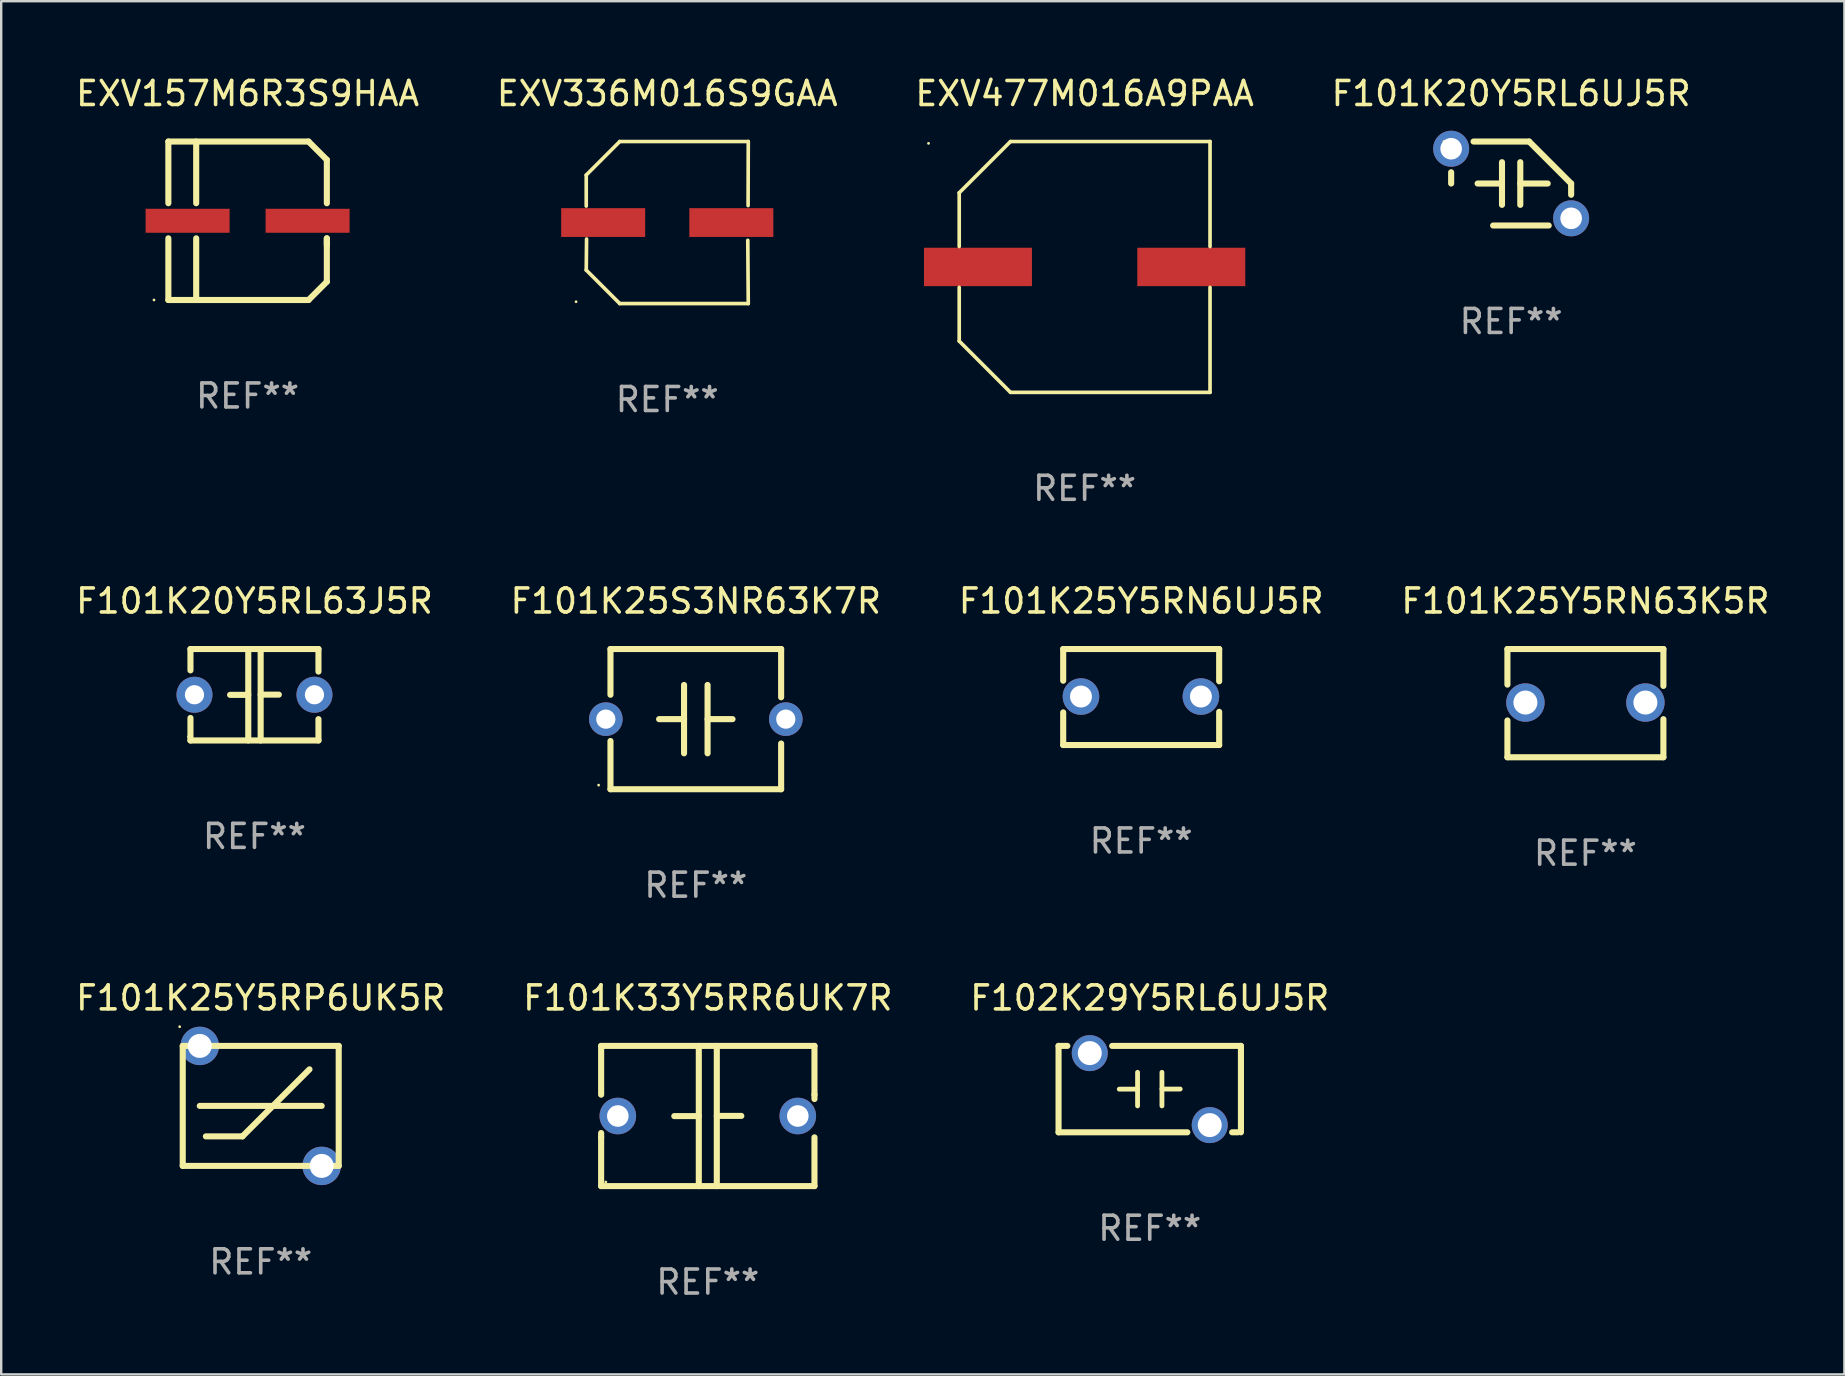
<source format=kicad_pcb>
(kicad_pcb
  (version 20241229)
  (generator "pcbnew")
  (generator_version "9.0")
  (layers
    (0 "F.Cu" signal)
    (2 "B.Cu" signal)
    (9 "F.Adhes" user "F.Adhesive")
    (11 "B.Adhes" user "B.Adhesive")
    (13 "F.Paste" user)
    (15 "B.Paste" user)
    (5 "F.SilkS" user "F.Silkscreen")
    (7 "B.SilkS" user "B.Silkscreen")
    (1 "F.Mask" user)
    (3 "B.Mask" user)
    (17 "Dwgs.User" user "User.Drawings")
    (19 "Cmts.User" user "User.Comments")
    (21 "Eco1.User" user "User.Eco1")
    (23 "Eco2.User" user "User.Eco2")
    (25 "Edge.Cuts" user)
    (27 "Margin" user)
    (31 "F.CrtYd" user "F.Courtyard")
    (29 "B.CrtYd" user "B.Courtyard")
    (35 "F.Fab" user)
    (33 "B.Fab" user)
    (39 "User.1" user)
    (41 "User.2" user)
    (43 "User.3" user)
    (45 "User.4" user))
  (footprint "EXV336M016S9GAA"
    (layer "F.Cu")
    (at 24.756 6.224)
    (property "Reference" "EXV336M016S9GAA" (at 0 -5.376 0) (layer "F.SilkS") (effects (font (size 1 1) (thickness 0.15))))
    (attr through_hole)
    (fp_line (start -3.376 -1.98) (end -3.376 -0.686) (stroke (width 0.152) (type solid)) (layer "F.SilkS"))
    (fp_line (start -3.376 1.981) (end -3.362 0.686) (stroke (width 0.152) (type solid)) (layer "F.SilkS"))
    (fp_line (start -1.981 3.376) (end -3.376 1.981) (stroke (width 0.152) (type solid)) (layer "F.SilkS"))
    (fp_line (start -1.98 -3.376) (end -3.376 -1.98) (stroke (width 0.152) (type solid)) (layer "F.SilkS"))
    (fp_line (start 3.356 0.74) (end 3.376 3.376) (stroke (width 0.152) (type solid)) (layer "F.SilkS"))
    (fp_line (start 3.369 -0.707) (end 3.376 -3.376) (stroke (width 0.152) (type solid)) (layer "F.SilkS"))
    (fp_line (start 3.376 3.376) (end -1.981 3.376) (stroke (width 0.152) (type solid)) (layer "F.SilkS"))
    (fp_line (start 3.376 -3.376) (end -1.98 -3.376) (stroke (width 0.152) (type solid)) (layer "F.SilkS"))
    (fp_circle (center -3.8 3.3) (end -3.77 3.3) (stroke (width 0.06) (type solid)) (fill no) (layer "F.SilkS"))
    (fp_text user "REF**" (at 0 7.376 0) (layer "F.Fab") (effects (font (size 1 1) (thickness 0.15))))
    (pad "1" smd rect (at -2.67 0.000203) (size 3.5 1.2) (layers "F.Cu" "F.Mask" "F.Paste"))
    (pad "2" smd rect (at 2.67 0.000203) (size 3.5 1.2) (layers "F.Cu" "F.Mask" "F.Paste")))
  (footprint "F101K25Y5RN63K5R"
    (layer "F.Cu")
    (at 63.018 26.252)
    (property "Reference" "F101K25Y5RN63K5R" (at 0 -4.255 0) (layer "F.SilkS") (effects (font (size 1 1) (thickness 0.15))))
    (attr through_hole)
    (fp_line (start -3.25 -2.255) (end -3.25 -0.772) (stroke (width 0.254) (type solid)) (layer "F.SilkS"))
    (fp_line (start -3.25 -2.255) (end 3.25 -2.255) (stroke (width 0.254) (type solid)) (layer "F.SilkS"))
    (fp_line (start -3.25 0.722) (end -3.25 2.255) (stroke (width 0.254) (type solid)) (layer "F.SilkS"))
    (fp_line (start 3.25 -2.255) (end 3.25 -0.718) (stroke (width 0.254) (type solid)) (layer "F.SilkS"))
    (fp_line (start 3.25 0.668) (end 3.25 2.255) (stroke (width 0.254) (type solid)) (layer "F.SilkS"))
    (fp_line (start 3.25 2.255) (end -3.25 2.255) (stroke (width 0.254) (type solid)) (layer "F.SilkS"))
    (fp_circle (center -3.25 2.225) (end -3.22 2.225) (stroke (width 0.06) (type solid)) (fill no) (layer "F.SilkS"))
    (fp_text user "REF**" (at 0 6.255 0) (layer "F.Fab") (effects (font (size 1 1) (thickness 0.15))))
    (pad "1" thru_hole circle (at -2.5 -0.025) (size 1.6 1.6) (drill 1) (layers "*.Cu" "*.Mask"))
    (pad "2" thru_hole circle (at 2.5 -0.025) (size 1.6 1.6) (drill 1) (layers "*.Cu" "*.Mask")))
  (footprint "EXV157M6R3S9HAA"
    (layer "F.Cu")
    (at 7.268 6.15)
    (property "Reference" "EXV157M6R3S9HAA" (at 0 -5.302 0) (layer "F.SilkS") (effects (font (size 1 1) (thickness 0.15))))
    (attr through_hole)
    (fp_line (start -3.302 -3.302) (end 2.54 -3.302) (stroke (width 0.254) (type solid)) (layer "F.SilkS"))
    (fp_line (start -3.302 -0.731) (end -3.302 -3.302) (stroke (width 0.254) (type solid)) (layer "F.SilkS"))
    (fp_line (start -3.302 3.302) (end -3.302 0.731) (stroke (width 0.254) (type solid)) (layer "F.SilkS"))
    (fp_line (start -2.142 -3.302) (end -2.142 -0.731) (stroke (width 0.254) (type solid)) (layer "F.SilkS"))
    (fp_line (start -2.142 0.731) (end -2.142 3.302) (stroke (width 0.254) (type solid)) (layer "F.SilkS"))
    (fp_line (start 2.54 -3.302) (end 3.302 -2.54) (stroke (width 0.254) (type solid)) (layer "F.SilkS"))
    (fp_line (start 2.54 3.302) (end -3.302 3.302) (stroke (width 0.254) (type solid)) (layer "F.SilkS"))
    (fp_line (start 3.302 -2.54) (end 3.302 -0.731) (stroke (width 0.254) (type solid)) (layer "F.SilkS"))
    (fp_line (start 3.302 0.731) (end 3.302 1.016) (stroke (width 0.254) (type solid)) (layer "F.SilkS"))
    (fp_line (start 3.302 0.731) (end 3.302 2.54) (stroke (width 0.254) (type solid)) (layer "F.SilkS"))
    (fp_line (start 3.302 2.54) (end 2.54 3.302) (stroke (width 0.254) (type solid)) (layer "F.SilkS"))
    (fp_circle (center -3.901 3.3) (end -3.871 3.3) (stroke (width 0.06) (type solid)) (fill no) (layer "F.SilkS"))
    (fp_text user "REF**" (at 0 7.302 0) (layer "F.Fab") (effects (font (size 1 1) (thickness 0.15))))
    (pad "1" smd rect (at -2.5 0) (size 3.5 1) (layers "F.Cu" "F.Mask" "F.Paste"))
    (pad "2" smd rect (at 2.5 0) (size 3.5 1) (layers "F.Cu" "F.Mask" "F.Paste")))
  (footprint "F101K20Y5RL63J5R"
    (layer "F.Cu")
    (at 7.554 25.902)
    (property "Reference" "F101K20Y5RL63J5R" (at 0 -3.905 0) (layer "F.SilkS") (effects (font (size 1 1) (thickness 0.15))))
    (attr through_hole)
    (fp_line (start -2.667 -1.905) (end -2.667 -1.016) (stroke (width 0.254) (type solid)) (layer "F.SilkS"))
    (fp_line (start -2.667 0.967) (end -2.667 1.905) (stroke (width 0.254) (type solid)) (layer "F.SilkS"))
    (fp_line (start -2.667 1.905) (end 2.667 1.905) (stroke (width 0.254) (type solid)) (layer "F.SilkS"))
    (fp_line (start -0.258 0.005) (end -1.016 0.005) (stroke (width 0.254) (type solid)) (layer "F.SilkS"))
    (fp_line (start -0.258 1.905) (end -0.258 -1.905) (stroke (width 0.254) (type solid)) (layer "F.SilkS"))
    (fp_line (start 0.258 -1.905) (end 0.258 1.905) (stroke (width 0.254) (type solid)) (layer "F.SilkS"))
    (fp_line (start 0.258 -0.005) (end 1.016 -0.005) (stroke (width 0.254) (type solid)) (layer "F.SilkS"))
    (fp_line (start 2.667 -1.905) (end -2.667 -1.905) (stroke (width 0.254) (type solid)) (layer "F.SilkS"))
    (fp_line (start 2.667 -0.967) (end 2.667 -1.905) (stroke (width 0.254) (type solid)) (layer "F.SilkS"))
    (fp_line (start 2.667 1.905) (end 2.667 1.016) (stroke (width 0.254) (type solid)) (layer "F.SilkS"))
    (fp_circle (center -2.75 1.75) (end -2.72 1.75) (stroke (width 0.06) (type solid)) (fill no) (layer "F.SilkS"))
    (fp_text user "REF**" (at 0 5.905 0) (layer "F.Fab") (effects (font (size 1 1) (thickness 0.15))))
    (pad "1" thru_hole circle (at -2.5 0) (size 1.5 1.5) (drill 0.8) (layers "*.Cu" "*.Mask"))
    (pad "2" thru_hole circle (at 2.5 0) (size 1.5 1.5) (drill 0.8) (layers "*.Cu" "*.Mask")))
  (footprint "F101K25S3NR63K7R"
    (layer "F.Cu")
    (at 25.946 26.918)
    (property "Reference" "F101K25S3NR63K7R" (at 0 -4.921 0) (layer "F.SilkS") (effects (font (size 1 1) (thickness 0.15))))
    (attr through_hole)
    (fp_line (start -3.556 -2.921) (end 3.556 -2.921) (stroke (width 0.254) (type solid)) (layer "F.SilkS"))
    (fp_line (start -3.556 -1.016) (end -3.556 -2.921) (stroke (width 0.254) (type solid)) (layer "F.SilkS"))
    (fp_line (start -3.556 2.921) (end -3.556 0.911) (stroke (width 0.254) (type solid)) (layer "F.SilkS"))
    (fp_line (start -0.49 -0.000025) (end -1.53 -0.000025) (stroke (width 0.254) (type solid)) (layer "F.SilkS"))
    (fp_line (start -0.49 1.425) (end -0.49 -1.425) (stroke (width 0.254) (type solid)) (layer "F.SilkS"))
    (fp_line (start 0.49 -1.425) (end 0.49 1.425) (stroke (width 0.254) (type solid)) (layer "F.SilkS"))
    (fp_line (start 0.49 -0.000051) (end 1.53 -0.000051) (stroke (width 0.254) (type solid)) (layer "F.SilkS"))
    (fp_line (start 3.556 -2.921) (end 3.556 -0.911) (stroke (width 0.254) (type solid)) (layer "F.SilkS"))
    (fp_line (start 3.556 1.016) (end 3.556 2.921) (stroke (width 0.254) (type solid)) (layer "F.SilkS"))
    (fp_line (start 3.556 2.921) (end -3.556 2.921) (stroke (width 0.254) (type solid)) (layer "F.SilkS"))
    (fp_circle (center -4.05 2.75) (end -4.02 2.75) (stroke (width 0.06) (type solid)) (fill no) (layer "F.SilkS"))
    (fp_text user "REF**" (at 0 6.921 0) (layer "F.Fab") (effects (font (size 1 1) (thickness 0.15))))
    (pad "1" thru_hole circle (at -3.75 0) (size 1.4 1.4) (drill 0.8) (layers "*.Cu" "*.Mask"))
    (pad "2" thru_hole circle (at 3.75 0) (size 1.4 1.4) (drill 0.8) (layers "*.Cu" "*.Mask")))
  (footprint "F101K25Y5RN6UJ5R"
    (layer "F.Cu")
    (at 44.506 25.997)
    (property "Reference" "F101K25Y5RN6UJ5R" (at 0 -4 0) (layer "F.SilkS") (effects (font (size 1 1) (thickness 0.15))))
    (attr through_hole)
    (fp_line (start -3.25 -2) (end -3.25 -0.68) (stroke (width 0.254) (type solid)) (layer "F.SilkS"))
    (fp_line (start -3.25 -2) (end 3.25 -2) (stroke (width 0.254) (type solid)) (layer "F.SilkS"))
    (fp_line (start -3.25 0.64) (end -3.25 2) (stroke (width 0.254) (type solid)) (layer "F.SilkS"))
    (fp_line (start 3.25 -2) (end 3.25 -0.657) (stroke (width 0.254) (type solid)) (layer "F.SilkS"))
    (fp_line (start 3.25 0.617) (end 3.25 2) (stroke (width 0.254) (type solid)) (layer "F.SilkS"))
    (fp_line (start 3.25 2) (end -3.25 2) (stroke (width 0.254) (type solid)) (layer "F.SilkS"))
    (fp_circle (center -3.26 1.98) (end -3.23 1.98) (stroke (width 0.06) (type solid)) (fill no) (layer "F.SilkS"))
    (fp_text user "REF**" (at 0 6 0) (layer "F.Fab") (effects (font (size 1 1) (thickness 0.15))))
    (pad "1" thru_hole circle (at -2.509 -0.02) (size 1.524 1.524) (drill 0.914) (layers "*.Cu" "*.Mask"))
    (pad "2" thru_hole circle (at 2.489 -0.02) (size 1.524 1.524) (drill 0.914) (layers "*.Cu" "*.Mask")))
  (footprint "F101K25Y5RP6UK5R"
    (layer "F.Cu")
    (at 7.815 43.036)
    (property "Reference" "F101K25Y5RP6UK5R" (at 0 -4.5 0) (layer "F.SilkS") (effects (font (size 1 1) (thickness 0.15))))
    (attr through_hole)
    (fp_line (start -3.25 -2.5) (end 3.25 -2.5) (stroke (width 0.254) (type solid)) (layer "F.SilkS"))
    (fp_line (start -3.25 2.5) (end -3.25 -2.5) (stroke (width 0.254) (type solid)) (layer "F.SilkS"))
    (fp_line (start -2.54 -0.000127) (end 2.54 -0.000127) (stroke (width 0.254) (type solid)) (layer "F.SilkS"))
    (fp_line (start -2.286 1.27) (end -0.762 1.27) (stroke (width 0.254) (type solid)) (layer "F.SilkS"))
    (fp_line (start -0.762 1.27) (end 2.032 -1.524) (stroke (width 0.254) (type solid)) (layer "F.SilkS"))
    (fp_line (start 3.25 -2.5) (end 3.25 2.5) (stroke (width 0.254) (type solid)) (layer "F.SilkS"))
    (fp_line (start 3.25 2.5) (end -3.25 2.5) (stroke (width 0.254) (type solid)) (layer "F.SilkS"))
    (fp_circle (center -3.377 -3.3) (end -3.347 -3.3) (stroke (width 0.06) (type solid)) (fill no) (layer "F.SilkS"))
    (fp_text user "REF**" (at 0 6.5 0) (layer "F.Fab") (effects (font (size 1 1) (thickness 0.15))))
    (pad "1" thru_hole circle (at -2.54 -2.5) (size 1.6 1.6) (drill 1) (layers "*.Cu" "*.Mask"))
    (pad "2" thru_hole circle (at 2.54 2.5) (size 1.6 1.6) (drill 1) (layers "*.Cu" "*.Mask")))
  (footprint "F101K20Y5RL6UJ5R"
    (layer "F.Cu")
    (at 59.923 4.598)
    (property "Reference" "F101K20Y5RL6UJ5R" (at 0 -3.75 0) (layer "F.SilkS") (effects (font (size 1 1) (thickness 0.15))))
    (attr through_hole)
    (fp_line (start -2.5 0) (end -2.5 -0.469) (stroke (width 0.254) (type solid)) (layer "F.SilkS"))
    (fp_line (start -1.397 0) (end -0.381 0) (stroke (width 0.254) (type solid)) (layer "F.SilkS"))
    (fp_line (start -0.75 1.75) (end 1.566 1.75) (stroke (width 0.254) (type solid)) (layer "F.SilkS"))
    (fp_line (start -0.381 -0.889) (end -0.381 0.889) (stroke (width 0.254) (type solid)) (layer "F.SilkS"))
    (fp_line (start 0.381 -0.889) (end 0.381 0.889) (stroke (width 0.254) (type solid)) (layer "F.SilkS"))
    (fp_line (start 0.75 -1.75) (end -1.566 -1.75) (stroke (width 0.254) (type solid)) (layer "F.SilkS"))
    (fp_line (start 1.524 0) (end 0.381 0) (stroke (width 0.254) (type solid)) (layer "F.SilkS"))
    (fp_line (start 2.5 0) (end 2.5 0.469) (stroke (width 0.254) (type solid)) (layer "F.SilkS"))
    (fp_arc (start -2.499962 0) (mid 2.499984 -0.000022) (end -2.499962 0) (stroke (width 0.254001) (type solid)) (layer "F.SilkS"))
    (fp_arc (start 2.500013 0) (mid 1.623463 -0.873464) (end 0.749999 -1.750014) (stroke (width 0.254001) (type solid)) (layer "F.SilkS"))
    (fp_circle (center -2.8 -1.75) (end -2.77 -1.75) (stroke (width 0.06) (type solid)) (fill no) (layer "F.SilkS"))
    (fp_text user "REF**" (at 0 5.75 0) (layer "F.Fab") (effects (font (size 1 1) (thickness 0.15))))
    (pad "1" thru_hole circle (at -2.5 -1.45) (size 1.5 1.5) (drill 0.9) (layers "*.Cu" "*.Mask"))
    (pad "2" thru_hole circle (at 2.5 1.45) (size 1.5 1.5) (drill 0.9) (layers "*.Cu" "*.Mask")))
  (footprint "EXV477M016A9PAA"
    (layer "F.Cu")
    (at 42.149 8.074)
    (property "Reference" "EXV477M016A9PAA" (at 0 -7.226 0) (layer "F.SilkS") (effects (font (size 1 1) (thickness 0.15))))
    (attr through_hole)
    (fp_line (start -5.226 -3.09) (end -5.226 -0.852) (stroke (width 0.152) (type solid)) (layer "F.SilkS"))
    (fp_line (start -5.226 3.09) (end -5.226 0.852) (stroke (width 0.152) (type solid)) (layer "F.SilkS"))
    (fp_line (start -3.09 -5.226) (end -5.226 -3.09) (stroke (width 0.152) (type solid)) (layer "F.SilkS"))
    (fp_line (start -3.09 5.226) (end -5.226 3.09) (stroke (width 0.152) (type solid)) (layer "F.SilkS"))
    (fp_line (start 5.226 -5.226) (end -3.09 -5.226) (stroke (width 0.152) (type solid)) (layer "F.SilkS"))
    (fp_line (start 5.226 -0.852) (end 5.226 -5.226) (stroke (width 0.152) (type solid)) (layer "F.SilkS"))
    (fp_line (start 5.226 0.852) (end 5.226 5.226) (stroke (width 0.152) (type solid)) (layer "F.SilkS"))
    (fp_line (start 5.226 5.226) (end -3.09 5.226) (stroke (width 0.152) (type solid)) (layer "F.SilkS"))
    (fp_circle (center -6.505 -5.15) (end -6.475 -5.15) (stroke (width 0.06) (type solid)) (fill no) (layer "F.SilkS"))
    (fp_text user "REF**" (at 0 9.226 0) (layer "F.Fab") (effects (font (size 1 1) (thickness 0.15))))
    (pad "1" smd rect (at -4.445 0) (size 4.5 1.6) (layers "F.Cu" "F.Mask" "F.Paste"))
    (pad "2" smd rect (at 4.445 0) (size 4.5 1.6) (layers "F.Cu" "F.Mask" "F.Paste")))
  (footprint "F102K29Y5RL6UJ5R"
    (layer "F.Cu")
    (at 44.863 42.336)
    (property "Reference" "F102K29Y5RL6UJ5R" (at 0 -3.8 0) (layer "F.SilkS") (effects (font (size 1 1) (thickness 0.15))))
    (attr through_hole)
    (fp_line (start -3.8 -1.8) (end -3.8 1.8) (stroke (width 0.254) (type solid)) (layer "F.SilkS"))
    (fp_line (start -3.8 -1.8) (end -3.434 -1.8) (stroke (width 0.254) (type solid)) (layer "F.SilkS"))
    (fp_line (start -3.8 1.8) (end 1.566 1.8) (stroke (width 0.254) (type solid)) (layer "F.SilkS"))
    (fp_line (start -1.566 -1.8) (end 3.8 -1.8) (stroke (width 0.254) (type solid)) (layer "F.SilkS"))
    (fp_line (start -0.508 -0.7) (end -0.508 0.7) (stroke (width 0.2) (type solid)) (layer "F.SilkS"))
    (fp_line (start -0.508 0.002) (end -1.27 0.002) (stroke (width 0.2) (type solid)) (layer "F.SilkS"))
    (fp_line (start 0.508 -0.003) (end 1.27 -0.003) (stroke (width 0.2) (type solid)) (layer "F.SilkS"))
    (fp_line (start 0.508 0.7) (end 0.508 -0.7) (stroke (width 0.2) (type solid)) (layer "F.SilkS"))
    (fp_line (start 3.434 1.8) (end 3.683 1.8) (stroke (width 0.254) (type solid)) (layer "F.SilkS"))
    (fp_line (start 3.8 -1.8) (end 3.8 1.8) (stroke (width 0.254) (type solid)) (layer "F.SilkS"))
    (fp_circle (center -3.75 -1.8) (end -3.72 -1.8) (stroke (width 0.06) (type solid)) (fill no) (layer "F.SilkS"))
    (fp_text user "REF**" (at 0 5.8 0) (layer "F.Fab") (effects (font (size 1 1) (thickness 0.15))))
    (pad "1" thru_hole circle (at -2.5 -1.5) (size 1.5 1.5) (drill 1) (layers "*.Cu" "*.Mask"))
    (pad "2" thru_hole circle (at 2.5 1.5) (size 1.5 1.5) (drill 1) (layers "*.Cu" "*.Mask")))
  (footprint "F101K33Y5RR6UK7R"
    (layer "F.Cu")
    (at 26.446 43.457)
    (property "Reference" "F101K33Y5RR6UK7R" (at 0 -4.921 0) (layer "F.SilkS") (effects (font (size 1 1) (thickness 0.15))))
    (attr through_hole)
    (fp_line (start -4.445 -2.921) (end 4.445 -2.921) (stroke (width 0.254) (type solid)) (layer "F.SilkS"))
    (fp_line (start -4.445 -0.889) (end -4.445 -2.921) (stroke (width 0.254) (type solid)) (layer "F.SilkS"))
    (fp_line (start -4.445 0.889) (end -4.445 0.708) (stroke (width 0.254) (type solid)) (layer "F.SilkS"))
    (fp_line (start -4.445 2.921) (end -4.445 0.889) (stroke (width 0.254) (type solid)) (layer "F.SilkS"))
    (fp_line (start -0.375 0.004) (end -1.397 0.004) (stroke (width 0.254) (type solid)) (layer "F.SilkS"))
    (fp_line (start -0.375 2.921) (end -0.375 -2.921) (stroke (width 0.254) (type solid)) (layer "F.SilkS"))
    (fp_line (start 0.375 -2.921) (end 0.375 2.921) (stroke (width 0.254) (type solid)) (layer "F.SilkS"))
    (fp_line (start 0.375 -0.004) (end 1.397 -0.004) (stroke (width 0.254) (type solid)) (layer "F.SilkS"))
    (fp_line (start 4.445 -2.921) (end 4.445 -0.889) (stroke (width 0.254) (type solid)) (layer "F.SilkS"))
    (fp_line (start 4.445 -0.889) (end 4.445 -0.708) (stroke (width 0.254) (type solid)) (layer "F.SilkS"))
    (fp_line (start 4.445 0.889) (end 4.445 2.921) (stroke (width 0.254) (type solid)) (layer "F.SilkS"))
    (fp_line (start 4.445 2.921) (end -4.445 2.921) (stroke (width 0.254) (type solid)) (layer "F.SilkS"))
    (fp_circle (center -4.25 2.75) (end -4.22 2.75) (stroke (width 0.06) (type solid)) (fill no) (layer "F.SilkS"))
    (fp_text user "REF**" (at 0 6.921 0) (layer "F.Fab") (effects (font (size 1 1) (thickness 0.15))))
    (pad "1" thru_hole circle (at -3.75 0) (size 1.524 1.524) (drill 0.9) (layers "*.Cu" "*.Mask"))
    (pad "2" thru_hole circle (at 3.75 0) (size 1.524 1.524) (drill 0.9) (layers "*.Cu" "*.Mask")))
  (gr_rect
    (start -3 -3)
    (end 73.81 54.226)
    (stroke (width 0.1) (type default))
    (fill no)
    (layer "Edge.Cuts")))
</source>
